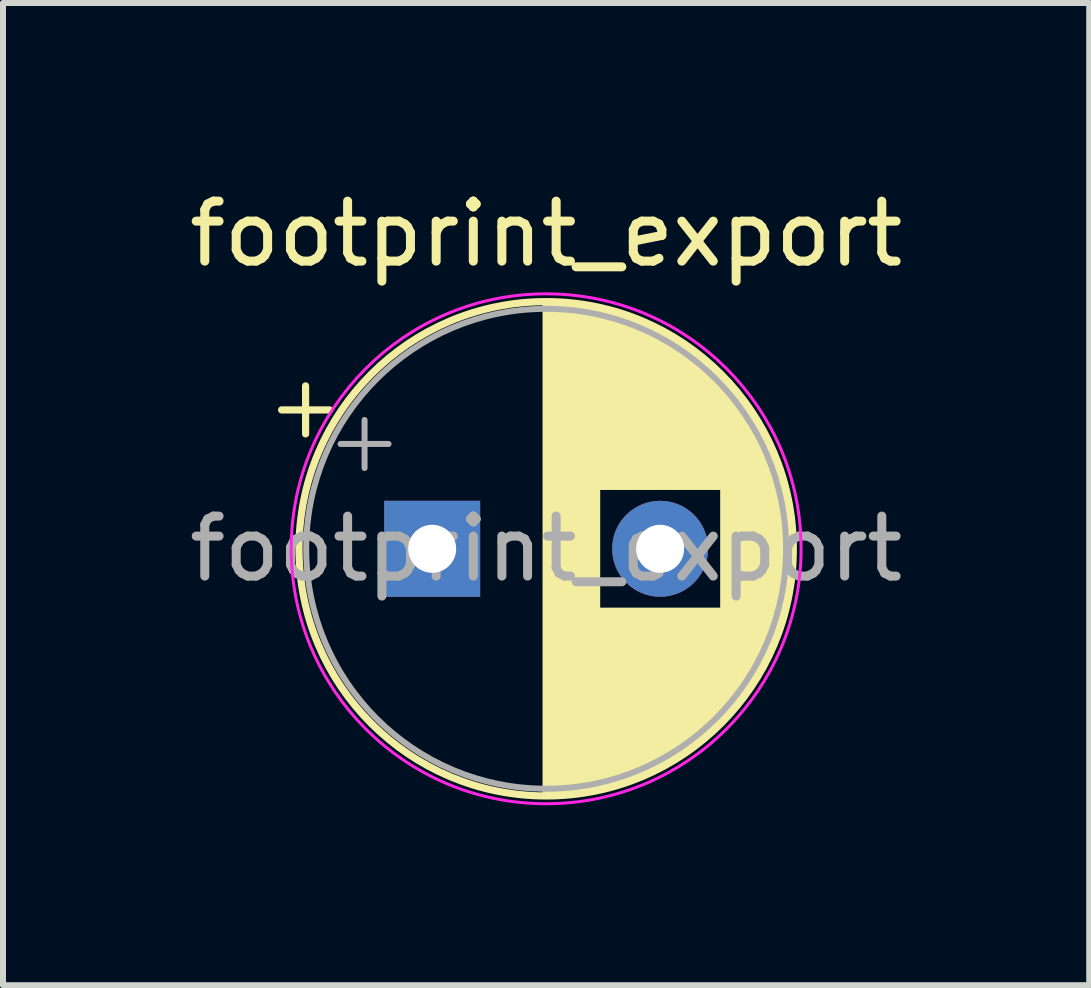
<source format=kicad_pcb>
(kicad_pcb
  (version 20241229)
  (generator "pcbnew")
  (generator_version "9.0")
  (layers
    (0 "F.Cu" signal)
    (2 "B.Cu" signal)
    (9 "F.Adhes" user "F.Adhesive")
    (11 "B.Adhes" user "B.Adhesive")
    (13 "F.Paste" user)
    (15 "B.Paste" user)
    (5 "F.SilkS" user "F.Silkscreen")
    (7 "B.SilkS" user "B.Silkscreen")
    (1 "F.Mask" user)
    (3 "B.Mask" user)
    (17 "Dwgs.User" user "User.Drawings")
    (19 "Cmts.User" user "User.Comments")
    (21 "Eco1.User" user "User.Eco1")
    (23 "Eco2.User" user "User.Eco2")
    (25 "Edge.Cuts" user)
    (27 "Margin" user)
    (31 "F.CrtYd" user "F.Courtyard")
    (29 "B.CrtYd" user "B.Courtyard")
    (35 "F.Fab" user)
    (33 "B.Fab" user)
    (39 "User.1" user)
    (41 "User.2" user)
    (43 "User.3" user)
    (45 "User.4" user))
  (footprint "footprint_export"
    (layer "F.Cu")
    (at 4.154 6.098)
    (property "Reference" "footprint_export" (at 1.9 -5.25 0) (layer "F.SilkS") (effects (font (size 1 1) (thickness 0.15))))
    (attr through_hole)
    (fp_line (start -2.51 -2.315) (end -1.71 -2.315) (stroke (width 0.12) (type solid)) (layer "F.SilkS"))
    (fp_line (start -2.11 -2.715) (end -2.11 -1.915) (stroke (width 0.12) (type solid)) (layer "F.SilkS"))
    (fp_line (start 1.9 -4.08) (end 1.9 4.08) (stroke (width 0.12) (type solid)) (layer "F.SilkS"))
    (fp_line (start 1.94 -4.08) (end 1.94 4.08) (stroke (width 0.12) (type solid)) (layer "F.SilkS"))
    (fp_line (start 1.98 -4.08) (end 1.98 4.08) (stroke (width 0.12) (type solid)) (layer "F.SilkS"))
    (fp_line (start 2.02 -4.079) (end 2.02 4.079) (stroke (width 0.12) (type solid)) (layer "F.SilkS"))
    (fp_line (start 2.06 -4.077) (end 2.06 4.077) (stroke (width 0.12) (type solid)) (layer "F.SilkS"))
    (fp_line (start 2.1 -4.076) (end 2.1 4.076) (stroke (width 0.12) (type solid)) (layer "F.SilkS"))
    (fp_line (start 2.14 -4.074) (end 2.14 4.074) (stroke (width 0.12) (type solid)) (layer "F.SilkS"))
    (fp_line (start 2.18 -4.071) (end 2.18 4.071) (stroke (width 0.12) (type solid)) (layer "F.SilkS"))
    (fp_line (start 2.22 -4.068) (end 2.22 4.068) (stroke (width 0.12) (type solid)) (layer "F.SilkS"))
    (fp_line (start 2.26 -4.065) (end 2.26 4.065) (stroke (width 0.12) (type solid)) (layer "F.SilkS"))
    (fp_line (start 2.3 -4.061) (end 2.3 4.061) (stroke (width 0.12) (type solid)) (layer "F.SilkS"))
    (fp_line (start 2.34 -4.057) (end 2.34 4.057) (stroke (width 0.12) (type solid)) (layer "F.SilkS"))
    (fp_line (start 2.38 -4.052) (end 2.38 4.052) (stroke (width 0.12) (type solid)) (layer "F.SilkS"))
    (fp_line (start 2.42 -4.048) (end 2.42 4.048) (stroke (width 0.12) (type solid)) (layer "F.SilkS"))
    (fp_line (start 2.46 -4.042) (end 2.46 4.042) (stroke (width 0.12) (type solid)) (layer "F.SilkS"))
    (fp_line (start 2.5 -4.037) (end 2.5 4.037) (stroke (width 0.12) (type solid)) (layer "F.SilkS"))
    (fp_line (start 2.54 -4.03) (end 2.54 4.03) (stroke (width 0.12) (type solid)) (layer "F.SilkS"))
    (fp_line (start 2.58 -4.024) (end 2.58 4.024) (stroke (width 0.12) (type solid)) (layer "F.SilkS"))
    (fp_line (start 2.621 -4.017) (end 2.621 4.017) (stroke (width 0.12) (type solid)) (layer "F.SilkS"))
    (fp_line (start 2.661 -4.01) (end 2.661 4.01) (stroke (width 0.12) (type solid)) (layer "F.SilkS"))
    (fp_line (start 2.701 -4.002) (end 2.701 4.002) (stroke (width 0.12) (type solid)) (layer "F.SilkS"))
    (fp_line (start 2.741 -3.994) (end 2.741 3.994) (stroke (width 0.12) (type solid)) (layer "F.SilkS"))
    (fp_line (start 2.781 -3.985) (end 2.781 -1.04) (stroke (width 0.12) (type solid)) (layer "F.SilkS"))
    (fp_line (start 2.781 1.04) (end 2.781 3.985) (stroke (width 0.12) (type solid)) (layer "F.SilkS"))
    (fp_line (start 2.821 -3.976) (end 2.821 -1.04) (stroke (width 0.12) (type solid)) (layer "F.SilkS"))
    (fp_line (start 2.821 1.04) (end 2.821 3.976) (stroke (width 0.12) (type solid)) (layer "F.SilkS"))
    (fp_line (start 2.861 -3.967) (end 2.861 -1.04) (stroke (width 0.12) (type solid)) (layer "F.SilkS"))
    (fp_line (start 2.861 1.04) (end 2.861 3.967) (stroke (width 0.12) (type solid)) (layer "F.SilkS"))
    (fp_line (start 2.901 -3.957) (end 2.901 -1.04) (stroke (width 0.12) (type solid)) (layer "F.SilkS"))
    (fp_line (start 2.901 1.04) (end 2.901 3.957) (stroke (width 0.12) (type solid)) (layer "F.SilkS"))
    (fp_line (start 2.941 -3.947) (end 2.941 -1.04) (stroke (width 0.12) (type solid)) (layer "F.SilkS"))
    (fp_line (start 2.941 1.04) (end 2.941 3.947) (stroke (width 0.12) (type solid)) (layer "F.SilkS"))
    (fp_line (start 2.981 -3.936) (end 2.981 -1.04) (stroke (width 0.12) (type solid)) (layer "F.SilkS"))
    (fp_line (start 2.981 1.04) (end 2.981 3.936) (stroke (width 0.12) (type solid)) (layer "F.SilkS"))
    (fp_line (start 3.021 -3.925) (end 3.021 -1.04) (stroke (width 0.12) (type solid)) (layer "F.SilkS"))
    (fp_line (start 3.021 1.04) (end 3.021 3.925) (stroke (width 0.12) (type solid)) (layer "F.SilkS"))
    (fp_line (start 3.061 -3.914) (end 3.061 -1.04) (stroke (width 0.12) (type solid)) (layer "F.SilkS"))
    (fp_line (start 3.061 1.04) (end 3.061 3.914) (stroke (width 0.12) (type solid)) (layer "F.SilkS"))
    (fp_line (start 3.101 -3.902) (end 3.101 -1.04) (stroke (width 0.12) (type solid)) (layer "F.SilkS"))
    (fp_line (start 3.101 1.04) (end 3.101 3.902) (stroke (width 0.12) (type solid)) (layer "F.SilkS"))
    (fp_line (start 3.141 -3.889) (end 3.141 -1.04) (stroke (width 0.12) (type solid)) (layer "F.SilkS"))
    (fp_line (start 3.141 1.04) (end 3.141 3.889) (stroke (width 0.12) (type solid)) (layer "F.SilkS"))
    (fp_line (start 3.181 -3.877) (end 3.181 -1.04) (stroke (width 0.12) (type solid)) (layer "F.SilkS"))
    (fp_line (start 3.181 1.04) (end 3.181 3.877) (stroke (width 0.12) (type solid)) (layer "F.SilkS"))
    (fp_line (start 3.221 -3.863) (end 3.221 -1.04) (stroke (width 0.12) (type solid)) (layer "F.SilkS"))
    (fp_line (start 3.221 1.04) (end 3.221 3.863) (stroke (width 0.12) (type solid)) (layer "F.SilkS"))
    (fp_line (start 3.261 -3.85) (end 3.261 -1.04) (stroke (width 0.12) (type solid)) (layer "F.SilkS"))
    (fp_line (start 3.261 1.04) (end 3.261 3.85) (stroke (width 0.12) (type solid)) (layer "F.SilkS"))
    (fp_line (start 3.301 -3.835) (end 3.301 -1.04) (stroke (width 0.12) (type solid)) (layer "F.SilkS"))
    (fp_line (start 3.301 1.04) (end 3.301 3.835) (stroke (width 0.12) (type solid)) (layer "F.SilkS"))
    (fp_line (start 3.341 -3.821) (end 3.341 -1.04) (stroke (width 0.12) (type solid)) (layer "F.SilkS"))
    (fp_line (start 3.341 1.04) (end 3.341 3.821) (stroke (width 0.12) (type solid)) (layer "F.SilkS"))
    (fp_line (start 3.381 -3.805) (end 3.381 -1.04) (stroke (width 0.12) (type solid)) (layer "F.SilkS"))
    (fp_line (start 3.381 1.04) (end 3.381 3.805) (stroke (width 0.12) (type solid)) (layer "F.SilkS"))
    (fp_line (start 3.421 -3.79) (end 3.421 -1.04) (stroke (width 0.12) (type solid)) (layer "F.SilkS"))
    (fp_line (start 3.421 1.04) (end 3.421 3.79) (stroke (width 0.12) (type solid)) (layer "F.SilkS"))
    (fp_line (start 3.461 -3.774) (end 3.461 -1.04) (stroke (width 0.12) (type solid)) (layer "F.SilkS"))
    (fp_line (start 3.461 1.04) (end 3.461 3.774) (stroke (width 0.12) (type solid)) (layer "F.SilkS"))
    (fp_line (start 3.501 -3.757) (end 3.501 -1.04) (stroke (width 0.12) (type solid)) (layer "F.SilkS"))
    (fp_line (start 3.501 1.04) (end 3.501 3.757) (stroke (width 0.12) (type solid)) (layer "F.SilkS"))
    (fp_line (start 3.541 -3.74) (end 3.541 -1.04) (stroke (width 0.12) (type solid)) (layer "F.SilkS"))
    (fp_line (start 3.541 1.04) (end 3.541 3.74) (stroke (width 0.12) (type solid)) (layer "F.SilkS"))
    (fp_line (start 3.581 -3.722) (end 3.581 -1.04) (stroke (width 0.12) (type solid)) (layer "F.SilkS"))
    (fp_line (start 3.581 1.04) (end 3.581 3.722) (stroke (width 0.12) (type solid)) (layer "F.SilkS"))
    (fp_line (start 3.621 -3.704) (end 3.621 -1.04) (stroke (width 0.12) (type solid)) (layer "F.SilkS"))
    (fp_line (start 3.621 1.04) (end 3.621 3.704) (stroke (width 0.12) (type solid)) (layer "F.SilkS"))
    (fp_line (start 3.661 -3.686) (end 3.661 -1.04) (stroke (width 0.12) (type solid)) (layer "F.SilkS"))
    (fp_line (start 3.661 1.04) (end 3.661 3.686) (stroke (width 0.12) (type solid)) (layer "F.SilkS"))
    (fp_line (start 3.701 -3.666) (end 3.701 -1.04) (stroke (width 0.12) (type solid)) (layer "F.SilkS"))
    (fp_line (start 3.701 1.04) (end 3.701 3.666) (stroke (width 0.12) (type solid)) (layer "F.SilkS"))
    (fp_line (start 3.741 -3.647) (end 3.741 -1.04) (stroke (width 0.12) (type solid)) (layer "F.SilkS"))
    (fp_line (start 3.741 1.04) (end 3.741 3.647) (stroke (width 0.12) (type solid)) (layer "F.SilkS"))
    (fp_line (start 3.781 -3.627) (end 3.781 -1.04) (stroke (width 0.12) (type solid)) (layer "F.SilkS"))
    (fp_line (start 3.781 1.04) (end 3.781 3.627) (stroke (width 0.12) (type solid)) (layer "F.SilkS"))
    (fp_line (start 3.821 -3.606) (end 3.821 -1.04) (stroke (width 0.12) (type solid)) (layer "F.SilkS"))
    (fp_line (start 3.821 1.04) (end 3.821 3.606) (stroke (width 0.12) (type solid)) (layer "F.SilkS"))
    (fp_line (start 3.861 -3.584) (end 3.861 -1.04) (stroke (width 0.12) (type solid)) (layer "F.SilkS"))
    (fp_line (start 3.861 1.04) (end 3.861 3.584) (stroke (width 0.12) (type solid)) (layer "F.SilkS"))
    (fp_line (start 3.901 -3.562) (end 3.901 -1.04) (stroke (width 0.12) (type solid)) (layer "F.SilkS"))
    (fp_line (start 3.901 1.04) (end 3.901 3.562) (stroke (width 0.12) (type solid)) (layer "F.SilkS"))
    (fp_line (start 3.941 -3.54) (end 3.941 -1.04) (stroke (width 0.12) (type solid)) (layer "F.SilkS"))
    (fp_line (start 3.941 1.04) (end 3.941 3.54) (stroke (width 0.12) (type solid)) (layer "F.SilkS"))
    (fp_line (start 3.981 -3.517) (end 3.981 -1.04) (stroke (width 0.12) (type solid)) (layer "F.SilkS"))
    (fp_line (start 3.981 1.04) (end 3.981 3.517) (stroke (width 0.12) (type solid)) (layer "F.SilkS"))
    (fp_line (start 4.021 -3.493) (end 4.021 -1.04) (stroke (width 0.12) (type solid)) (layer "F.SilkS"))
    (fp_line (start 4.021 1.04) (end 4.021 3.493) (stroke (width 0.12) (type solid)) (layer "F.SilkS"))
    (fp_line (start 4.061 -3.469) (end 4.061 -1.04) (stroke (width 0.12) (type solid)) (layer "F.SilkS"))
    (fp_line (start 4.061 1.04) (end 4.061 3.469) (stroke (width 0.12) (type solid)) (layer "F.SilkS"))
    (fp_line (start 4.101 -3.444) (end 4.101 -1.04) (stroke (width 0.12) (type solid)) (layer "F.SilkS"))
    (fp_line (start 4.101 1.04) (end 4.101 3.444) (stroke (width 0.12) (type solid)) (layer "F.SilkS"))
    (fp_line (start 4.141 -3.418) (end 4.141 -1.04) (stroke (width 0.12) (type solid)) (layer "F.SilkS"))
    (fp_line (start 4.141 1.04) (end 4.141 3.418) (stroke (width 0.12) (type solid)) (layer "F.SilkS"))
    (fp_line (start 4.181 -3.392) (end 4.181 -1.04) (stroke (width 0.12) (type solid)) (layer "F.SilkS"))
    (fp_line (start 4.181 1.04) (end 4.181 3.392) (stroke (width 0.12) (type solid)) (layer "F.SilkS"))
    (fp_line (start 4.221 -3.365) (end 4.221 -1.04) (stroke (width 0.12) (type solid)) (layer "F.SilkS"))
    (fp_line (start 4.221 1.04) (end 4.221 3.365) (stroke (width 0.12) (type solid)) (layer "F.SilkS"))
    (fp_line (start 4.261 -3.338) (end 4.261 -1.04) (stroke (width 0.12) (type solid)) (layer "F.SilkS"))
    (fp_line (start 4.261 1.04) (end 4.261 3.338) (stroke (width 0.12) (type solid)) (layer "F.SilkS"))
    (fp_line (start 4.301 -3.309) (end 4.301 -1.04) (stroke (width 0.12) (type solid)) (layer "F.SilkS"))
    (fp_line (start 4.301 1.04) (end 4.301 3.309) (stroke (width 0.12) (type solid)) (layer "F.SilkS"))
    (fp_line (start 4.341 -3.28) (end 4.341 -1.04) (stroke (width 0.12) (type solid)) (layer "F.SilkS"))
    (fp_line (start 4.341 1.04) (end 4.341 3.28) (stroke (width 0.12) (type solid)) (layer "F.SilkS"))
    (fp_line (start 4.381 -3.25) (end 4.381 -1.04) (stroke (width 0.12) (type solid)) (layer "F.SilkS"))
    (fp_line (start 4.381 1.04) (end 4.381 3.25) (stroke (width 0.12) (type solid)) (layer "F.SilkS"))
    (fp_line (start 4.421 -3.22) (end 4.421 -1.04) (stroke (width 0.12) (type solid)) (layer "F.SilkS"))
    (fp_line (start 4.421 1.04) (end 4.421 3.22) (stroke (width 0.12) (type solid)) (layer "F.SilkS"))
    (fp_line (start 4.461 -3.189) (end 4.461 -1.04) (stroke (width 0.12) (type solid)) (layer "F.SilkS"))
    (fp_line (start 4.461 1.04) (end 4.461 3.189) (stroke (width 0.12) (type solid)) (layer "F.SilkS"))
    (fp_line (start 4.501 -3.156) (end 4.501 -1.04) (stroke (width 0.12) (type solid)) (layer "F.SilkS"))
    (fp_line (start 4.501 1.04) (end 4.501 3.156) (stroke (width 0.12) (type solid)) (layer "F.SilkS"))
    (fp_line (start 4.541 -3.124) (end 4.541 -1.04) (stroke (width 0.12) (type solid)) (layer "F.SilkS"))
    (fp_line (start 4.541 1.04) (end 4.541 3.124) (stroke (width 0.12) (type solid)) (layer "F.SilkS"))
    (fp_line (start 4.581 -3.09) (end 4.581 -1.04) (stroke (width 0.12) (type solid)) (layer "F.SilkS"))
    (fp_line (start 4.581 1.04) (end 4.581 3.09) (stroke (width 0.12) (type solid)) (layer "F.SilkS"))
    (fp_line (start 4.621 -3.055) (end 4.621 -1.04) (stroke (width 0.12) (type solid)) (layer "F.SilkS"))
    (fp_line (start 4.621 1.04) (end 4.621 3.055) (stroke (width 0.12) (type solid)) (layer "F.SilkS"))
    (fp_line (start 4.661 -3.019) (end 4.661 -1.04) (stroke (width 0.12) (type solid)) (layer "F.SilkS"))
    (fp_line (start 4.661 1.04) (end 4.661 3.019) (stroke (width 0.12) (type solid)) (layer "F.SilkS"))
    (fp_line (start 4.701 -2.983) (end 4.701 -1.04) (stroke (width 0.12) (type solid)) (layer "F.SilkS"))
    (fp_line (start 4.701 1.04) (end 4.701 2.983) (stroke (width 0.12) (type solid)) (layer "F.SilkS"))
    (fp_line (start 4.741 -2.945) (end 4.741 -1.04) (stroke (width 0.12) (type solid)) (layer "F.SilkS"))
    (fp_line (start 4.741 1.04) (end 4.741 2.945) (stroke (width 0.12) (type solid)) (layer "F.SilkS"))
    (fp_line (start 4.781 -2.907) (end 4.781 -1.04) (stroke (width 0.12) (type solid)) (layer "F.SilkS"))
    (fp_line (start 4.781 1.04) (end 4.781 2.907) (stroke (width 0.12) (type solid)) (layer "F.SilkS"))
    (fp_line (start 4.821 -2.867) (end 4.821 -1.04) (stroke (width 0.12) (type solid)) (layer "F.SilkS"))
    (fp_line (start 4.821 1.04) (end 4.821 2.867) (stroke (width 0.12) (type solid)) (layer "F.SilkS"))
    (fp_line (start 4.861 -2.826) (end 4.861 2.826) (stroke (width 0.12) (type solid)) (layer "F.SilkS"))
    (fp_line (start 4.901 -2.784) (end 4.901 2.784) (stroke (width 0.12) (type solid)) (layer "F.SilkS"))
    (fp_line (start 4.941 -2.741) (end 4.941 2.741) (stroke (width 0.12) (type solid)) (layer "F.SilkS"))
    (fp_line (start 4.981 -2.697) (end 4.981 2.697) (stroke (width 0.12) (type solid)) (layer "F.SilkS"))
    (fp_line (start 5.021 -2.651) (end 5.021 2.651) (stroke (width 0.12) (type solid)) (layer "F.SilkS"))
    (fp_line (start 5.061 -2.604) (end 5.061 2.604) (stroke (width 0.12) (type solid)) (layer "F.SilkS"))
    (fp_line (start 5.101 -2.556) (end 5.101 2.556) (stroke (width 0.12) (type solid)) (layer "F.SilkS"))
    (fp_line (start 5.141 -2.505) (end 5.141 2.505) (stroke (width 0.12) (type solid)) (layer "F.SilkS"))
    (fp_line (start 5.181 -2.454) (end 5.181 2.454) (stroke (width 0.12) (type solid)) (layer "F.SilkS"))
    (fp_line (start 5.221 -2.4) (end 5.221 2.4) (stroke (width 0.12) (type solid)) (layer "F.SilkS"))
    (fp_line (start 5.261 -2.345) (end 5.261 2.345) (stroke (width 0.12) (type solid)) (layer "F.SilkS"))
    (fp_line (start 5.301 -2.287) (end 5.301 2.287) (stroke (width 0.12) (type solid)) (layer "F.SilkS"))
    (fp_line (start 5.341 -2.228) (end 5.341 2.228) (stroke (width 0.12) (type solid)) (layer "F.SilkS"))
    (fp_line (start 5.381 -2.166) (end 5.381 2.166) (stroke (width 0.12) (type solid)) (layer "F.SilkS"))
    (fp_line (start 5.421 -2.102) (end 5.421 2.102) (stroke (width 0.12) (type solid)) (layer "F.SilkS"))
    (fp_line (start 5.461 -2.034) (end 5.461 2.034) (stroke (width 0.12) (type solid)) (layer "F.SilkS"))
    (fp_line (start 5.501 -1.964) (end 5.501 1.964) (stroke (width 0.12) (type solid)) (layer "F.SilkS"))
    (fp_line (start 5.541 -1.89) (end 5.541 1.89) (stroke (width 0.12) (type solid)) (layer "F.SilkS"))
    (fp_line (start 5.581 -1.813) (end 5.581 1.813) (stroke (width 0.12) (type solid)) (layer "F.SilkS"))
    (fp_line (start 5.621 -1.731) (end 5.621 1.731) (stroke (width 0.12) (type solid)) (layer "F.SilkS"))
    (fp_line (start 5.661 -1.645) (end 5.661 1.645) (stroke (width 0.12) (type solid)) (layer "F.SilkS"))
    (fp_line (start 5.701 -1.552) (end 5.701 1.552) (stroke (width 0.12) (type solid)) (layer "F.SilkS"))
    (fp_line (start 5.741 -1.453) (end 5.741 1.453) (stroke (width 0.12) (type solid)) (layer "F.SilkS"))
    (fp_line (start 5.781 -1.346) (end 5.781 1.346) (stroke (width 0.12) (type solid)) (layer "F.SilkS"))
    (fp_line (start 5.821 -1.229) (end 5.821 1.229) (stroke (width 0.12) (type solid)) (layer "F.SilkS"))
    (fp_line (start 5.861 -1.098) (end 5.861 1.098) (stroke (width 0.12) (type solid)) (layer "F.SilkS"))
    (fp_line (start 5.901 -0.948) (end 5.901 0.948) (stroke (width 0.12) (type solid)) (layer "F.SilkS"))
    (fp_line (start 5.941 -0.768) (end 5.941 0.768) (stroke (width 0.12) (type solid)) (layer "F.SilkS"))
    (fp_line (start 5.981 -0.533) (end 5.981 0.533) (stroke (width 0.12) (type solid)) (layer "F.SilkS"))
    (fp_circle (center 1.9 0) (end 6.02 0) (stroke (width 0.12) (type solid)) (fill no) (layer "F.SilkS"))
    (fp_circle (center 1.9 0) (end 6.15 0) (stroke (width 0.05) (type solid)) (fill no) (layer "F.CrtYd"))
    (fp_line (start -1.527 -1.748) (end -0.727 -1.748) (stroke (width 0.1) (type solid)) (layer "F.Fab"))
    (fp_line (start -1.127 -2.147) (end -1.127 -1.347) (stroke (width 0.1) (type solid)) (layer "F.Fab"))
    (fp_circle (center 1.9 0) (end 5.9 0) (stroke (width 0.1) (type solid)) (fill no) (layer "F.Fab"))
    (fp_text user "${REFERENCE}" (at 1.9 0 0) (layer "F.Fab") (effects (font (size 1 1) (thickness 0.15))))
    (pad "1" thru_hole rect (at 0 0) (size 1.6 1.6) (drill 0.8) (layers "*.Cu" "*.Mask"))
    (pad "2" thru_hole circle (at 3.8 0) (size 1.6 1.6) (drill 0.8) (layers "*.Cu" "*.Mask")))
  (gr_rect
    (start -3 -3)
    (end 15.107 13.373)
    (stroke (width 0.1) (type default))
    (fill no)
    (layer "Edge.Cuts")))
</source>
